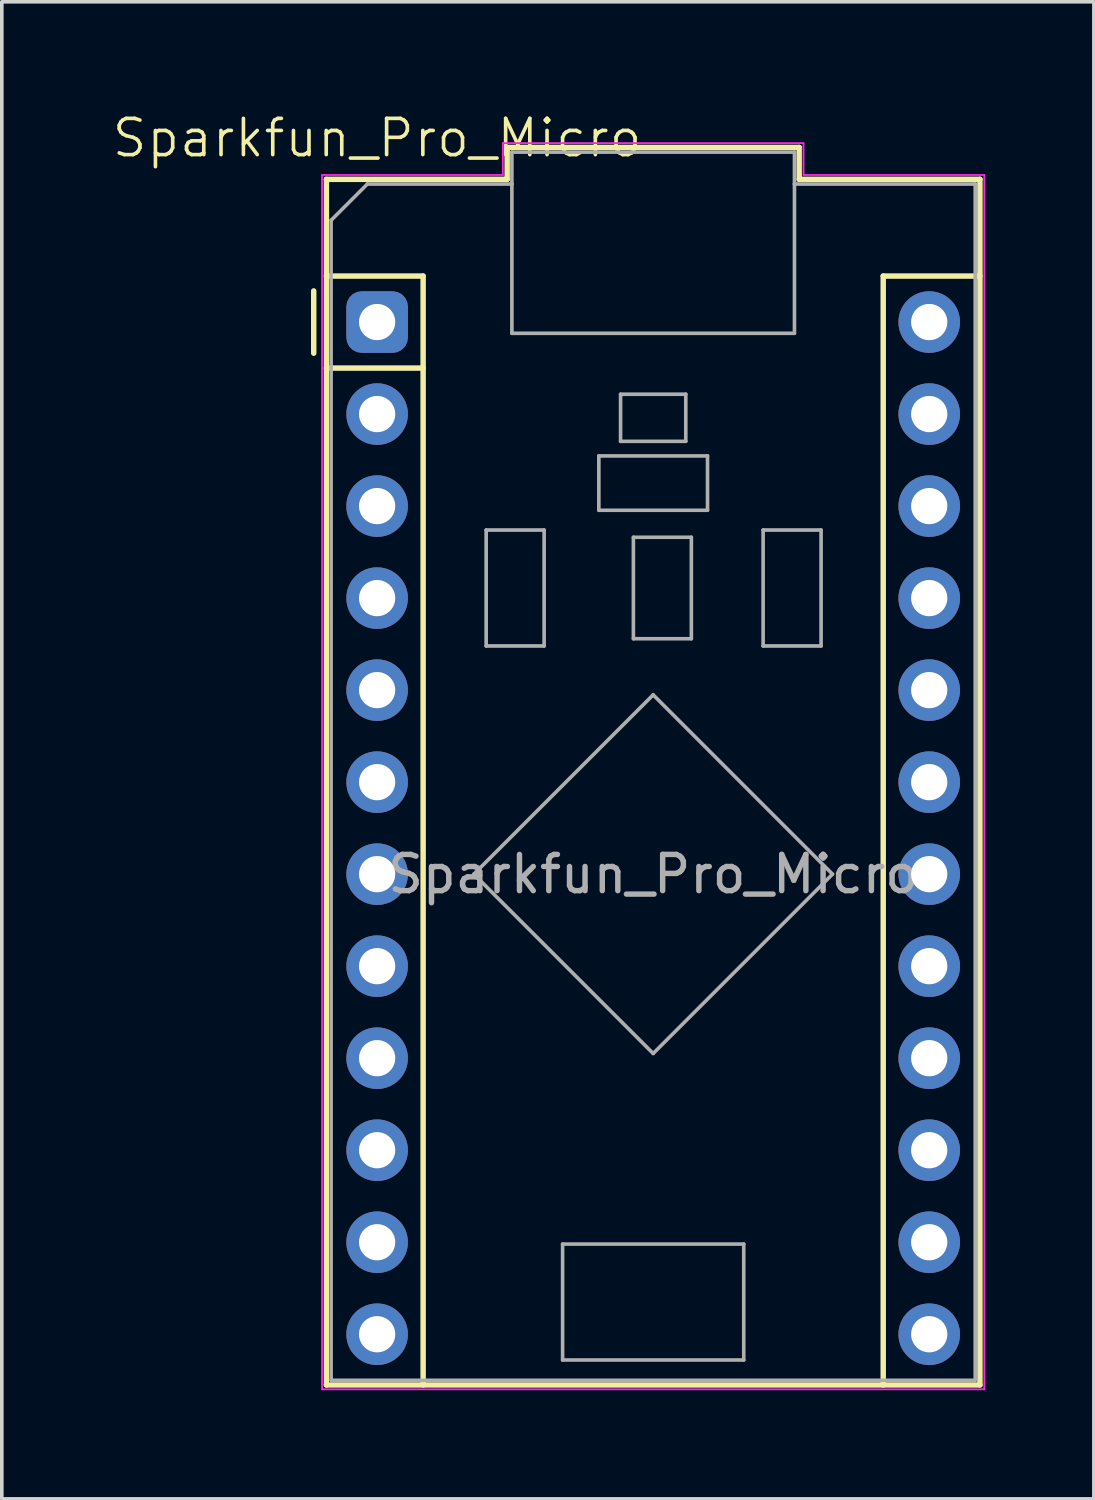
<source format=kicad_pcb>
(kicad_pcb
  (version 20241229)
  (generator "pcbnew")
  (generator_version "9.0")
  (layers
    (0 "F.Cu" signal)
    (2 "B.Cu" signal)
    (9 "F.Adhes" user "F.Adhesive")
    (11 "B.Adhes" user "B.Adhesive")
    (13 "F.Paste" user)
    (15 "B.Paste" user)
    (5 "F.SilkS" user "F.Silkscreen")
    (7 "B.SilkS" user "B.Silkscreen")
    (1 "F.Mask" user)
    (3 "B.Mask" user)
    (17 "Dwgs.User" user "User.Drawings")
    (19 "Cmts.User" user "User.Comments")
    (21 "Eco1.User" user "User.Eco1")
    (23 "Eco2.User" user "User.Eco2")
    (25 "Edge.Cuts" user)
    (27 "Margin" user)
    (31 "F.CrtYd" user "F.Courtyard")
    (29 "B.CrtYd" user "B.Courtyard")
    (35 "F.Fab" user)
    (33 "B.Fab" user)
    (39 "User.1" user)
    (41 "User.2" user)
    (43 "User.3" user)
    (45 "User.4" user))
  (footprint "Sparkfun_Pro_Micro"
    (layer "F.Cu")
    (at 7.36 5.84)
    (property "Reference" "Sparkfun_Pro_Micro" (at 0 -5.08 0) (unlocked yes) (layer "F.SilkS") (effects (font (size 1 1) (thickness 0.1))))
    (attr through_hole)
    (fp_line (start -1.75 -0.86) (end -1.75 0.86) (stroke (width 0.15) (type default)) (layer "F.SilkS"))
    (fp_line (start -1.4 -3.94) (end 3.59 -3.94) (stroke (width 0.15) (type default)) (layer "F.SilkS"))
    (fp_line (start -1.4 -1.27) (end 1.27 -1.27) (stroke (width 0.15) (type default)) (layer "F.SilkS"))
    (fp_line (start -1.4 29.34) (end -1.4 -3.94) (stroke (width 0.15) (type default)) (layer "F.SilkS"))
    (fp_line (start 1.27 -1.27) (end 1.27 29.34) (stroke (width 0.15) (type default)) (layer "F.SilkS"))
    (fp_line (start 1.27 1.27) (end -1.4 1.27) (stroke (width 0.15) (type default)) (layer "F.SilkS"))
    (fp_line (start 3.59 -4.82) (end 11.65 -4.82) (stroke (width 0.15) (type default)) (layer "F.SilkS"))
    (fp_line (start 3.59 -3.94) (end 3.59 -4.82) (stroke (width 0.15) (type default)) (layer "F.SilkS"))
    (fp_line (start 11.65 -4.82) (end 11.65 -3.94) (stroke (width 0.15) (type default)) (layer "F.SilkS"))
    (fp_line (start 11.65 -3.94) (end 16.64 -3.94) (stroke (width 0.15) (type default)) (layer "F.SilkS"))
    (fp_line (start 13.97 -1.27) (end 13.97 29.34) (stroke (width 0.15) (type default)) (layer "F.SilkS"))
    (fp_line (start 16.64 -3.94) (end 16.64 29.34) (stroke (width 0.15) (type default)) (layer "F.SilkS"))
    (fp_line (start 16.64 -1.27) (end 13.97 -1.27) (stroke (width 0.15) (type default)) (layer "F.SilkS"))
    (fp_line (start 16.64 29.34) (end -1.4 29.34) (stroke (width 0.15) (type default)) (layer "F.SilkS"))
    (fp_line (start -1.52 -4.06) (end -1.52 29.46) (stroke (width 0.05) (type default)) (layer "F.CrtYd"))
    (fp_line (start -1.52 29.46) (end 16.76 29.46) (stroke (width 0.05) (type default)) (layer "F.CrtYd"))
    (fp_line (start 3.47 -4.94) (end 3.47 -4.06) (stroke (width 0.05) (type default)) (layer "F.CrtYd"))
    (fp_line (start 3.47 -4.06) (end -1.52 -4.06) (stroke (width 0.05) (type default)) (layer "F.CrtYd"))
    (fp_line (start 11.77 -4.94) (end 3.47 -4.94) (stroke (width 0.05) (type default)) (layer "F.CrtYd"))
    (fp_line (start 11.77 -4.06) (end 11.77 -4.94) (stroke (width 0.05) (type default)) (layer "F.CrtYd"))
    (fp_line (start 16.76 -4.06) (end 11.77 -4.06) (stroke (width 0.05) (type default)) (layer "F.CrtYd"))
    (fp_line (start 16.76 29.46) (end 16.76 -4.06) (stroke (width 0.05) (type default)) (layer "F.CrtYd"))
    (fp_line (start -1.27 -2.81) (end -1.27 29.21) (stroke (width 0.1) (type default)) (layer "F.Fab"))
    (fp_line (start -0.27 -3.81) (end -1.27 -2.81) (stroke (width 0.1) (type default)) (layer "F.Fab"))
    (fp_line (start -0.27 -3.81) (end 3.72 -3.81) (stroke (width 0.1) (type default)) (layer "F.Fab"))
    (fp_line (start 2.67 15.24) (end 7.62 20.19) (stroke (width 0.1) (type default)) (layer "F.Fab"))
    (fp_line (start 3.01 5.741) (end 3.01 8.941) (stroke (width 0.1) (type default)) (layer "F.Fab"))
    (fp_line (start 3.01 8.941) (end 4.61 8.941) (stroke (width 0.1) (type default)) (layer "F.Fab"))
    (fp_line (start 3.72 -4.69) (end 11.52 -4.69) (stroke (width 0.1) (type default)) (layer "F.Fab"))
    (fp_line (start 3.72 -3.81) (end 3.72 -4.69) (stroke (width 0.1) (type default)) (layer "F.Fab"))
    (fp_line (start 3.72 -3.81) (end 3.72 0.31) (stroke (width 0.1) (type default)) (layer "F.Fab"))
    (fp_line (start 4.61 5.741) (end 3.01 5.741) (stroke (width 0.1) (type default)) (layer "F.Fab"))
    (fp_line (start 4.61 8.941) (end 4.61 5.741) (stroke (width 0.1) (type default)) (layer "F.Fab"))
    (fp_line (start 5.12 25.451) (end 10.12 25.451) (stroke (width 0.1) (type default)) (layer "F.Fab"))
    (fp_line (start 5.12 28.651) (end 5.12 25.451) (stroke (width 0.1) (type default)) (layer "F.Fab"))
    (fp_line (start 6.12 3.695) (end 6.12 5.195) (stroke (width 0.1) (type default)) (layer "F.Fab"))
    (fp_line (start 6.12 5.195) (end 9.12 5.195) (stroke (width 0.1) (type default)) (layer "F.Fab"))
    (fp_line (start 6.72 1.992) (end 6.72 3.292) (stroke (width 0.1) (type default)) (layer "F.Fab"))
    (fp_line (start 6.72 3.292) (end 8.52 3.292) (stroke (width 0.1) (type default)) (layer "F.Fab"))
    (fp_line (start 7.074 5.941) (end 8.674 5.941) (stroke (width 0.1) (type default)) (layer "F.Fab"))
    (fp_line (start 7.074 8.741) (end 7.074 5.941) (stroke (width 0.1) (type default)) (layer "F.Fab"))
    (fp_line (start 7.62 10.29) (end 2.67 15.24) (stroke (width 0.1) (type default)) (layer "F.Fab"))
    (fp_line (start 7.62 20.19) (end 12.57 15.24) (stroke (width 0.1) (type default)) (layer "F.Fab"))
    (fp_line (start 8.52 1.992) (end 6.72 1.992) (stroke (width 0.1) (type default)) (layer "F.Fab"))
    (fp_line (start 8.52 3.292) (end 8.52 1.992) (stroke (width 0.1) (type default)) (layer "F.Fab"))
    (fp_line (start 8.674 5.941) (end 8.674 8.741) (stroke (width 0.1) (type default)) (layer "F.Fab"))
    (fp_line (start 8.674 8.741) (end 7.074 8.741) (stroke (width 0.1) (type default)) (layer "F.Fab"))
    (fp_line (start 9.12 3.695) (end 6.12 3.695) (stroke (width 0.1) (type default)) (layer "F.Fab"))
    (fp_line (start 9.12 5.195) (end 9.12 3.695) (stroke (width 0.1) (type default)) (layer "F.Fab"))
    (fp_line (start 10.12 25.451) (end 10.12 28.651) (stroke (width 0.1) (type default)) (layer "F.Fab"))
    (fp_line (start 10.12 28.651) (end 5.12 28.651) (stroke (width 0.1) (type default)) (layer "F.Fab"))
    (fp_line (start 10.655 5.741) (end 10.655 8.941) (stroke (width 0.1) (type default)) (layer "F.Fab"))
    (fp_line (start 10.655 8.941) (end 12.255 8.941) (stroke (width 0.1) (type default)) (layer "F.Fab"))
    (fp_line (start 11.52 -4.69) (end 11.52 -3.81) (stroke (width 0.1) (type default)) (layer "F.Fab"))
    (fp_line (start 11.52 -3.81) (end 11.52 0.31) (stroke (width 0.1) (type default)) (layer "F.Fab"))
    (fp_line (start 11.52 -3.81) (end 16.51 -3.81) (stroke (width 0.1) (type default)) (layer "F.Fab"))
    (fp_line (start 11.52 0.31) (end 3.72 0.31) (stroke (width 0.1) (type default)) (layer "F.Fab"))
    (fp_line (start 12.255 5.741) (end 10.655 5.741) (stroke (width 0.1) (type default)) (layer "F.Fab"))
    (fp_line (start 12.255 8.941) (end 12.255 5.741) (stroke (width 0.1) (type default)) (layer "F.Fab"))
    (fp_line (start 12.57 15.24) (end 7.62 10.29) (stroke (width 0.1) (type default)) (layer "F.Fab"))
    (fp_line (start 16.51 -3.81) (end 16.51 29.21) (stroke (width 0.1) (type default)) (layer "F.Fab"))
    (fp_line (start 16.51 29.21) (end -1.27 29.21) (stroke (width 0.1) (type default)) (layer "F.Fab"))
    (fp_text user "${REFERENCE}" (at 7.62 15.24 0) (unlocked yes) (layer "F.Fab") (effects (font (size 1 1) (thickness 0.15))))
    (pad "1" thru_hole roundrect (at 0 0) (size 1.7 1.7) (drill 1) (layers "*.Cu" "*.Mask") (roundrect_rratio 0.25))
    (pad "2" thru_hole circle (at 0 2.54) (size 1.7 1.7) (drill 1) (layers "*.Cu" "*.Mask"))
    (pad "3" thru_hole circle (at 0 5.08) (size 1.7 1.7) (drill 1) (layers "*.Cu" "*.Mask"))
    (pad "4" thru_hole circle (at 0 7.62) (size 1.7 1.7) (drill 1) (layers "*.Cu" "*.Mask"))
    (pad "5" thru_hole circle (at 0 10.16) (size 1.7 1.7) (drill 1) (layers "*.Cu" "*.Mask"))
    (pad "6" thru_hole circle (at 0 12.7) (size 1.7 1.7) (drill 1) (layers "*.Cu" "*.Mask"))
    (pad "7" thru_hole circle (at 0 15.24) (size 1.7 1.7) (drill 1) (layers "*.Cu" "*.Mask"))
    (pad "8" thru_hole circle (at 0 17.78) (size 1.7 1.7) (drill 1) (layers "*.Cu" "*.Mask"))
    (pad "9" thru_hole circle (at 0 20.32) (size 1.7 1.7) (drill 1) (layers "*.Cu" "*.Mask"))
    (pad "10" thru_hole circle (at 0 22.86) (size 1.7 1.7) (drill 1) (layers "*.Cu" "*.Mask"))
    (pad "11" thru_hole circle (at 0 25.4) (size 1.7 1.7) (drill 1) (layers "*.Cu" "*.Mask"))
    (pad "12" thru_hole circle (at 0 27.94) (size 1.7 1.7) (drill 1) (layers "*.Cu" "*.Mask"))
    (pad "13" thru_hole circle (at 15.24 27.94) (size 1.7 1.7) (drill 1) (layers "*.Cu" "*.Mask"))
    (pad "14" thru_hole circle (at 15.24 25.4) (size 1.7 1.7) (drill 1) (layers "*.Cu" "*.Mask"))
    (pad "15" thru_hole circle (at 15.24 22.86) (size 1.7 1.7) (drill 1) (layers "*.Cu" "*.Mask"))
    (pad "16" thru_hole circle (at 15.24 20.32) (size 1.7 1.7) (drill 1) (layers "*.Cu" "*.Mask"))
    (pad "17" thru_hole circle (at 15.24 17.78) (size 1.7 1.7) (drill 1) (layers "*.Cu" "*.Mask"))
    (pad "18" thru_hole circle (at 15.24 15.24) (size 1.7 1.7) (drill 1) (layers "*.Cu" "*.Mask"))
    (pad "19" thru_hole circle (at 15.24 12.7) (size 1.7 1.7) (drill 1) (layers "*.Cu" "*.Mask"))
    (pad "20" thru_hole circle (at 15.24 10.16) (size 1.7 1.7) (drill 1) (layers "*.Cu" "*.Mask"))
    (pad "21" thru_hole circle (at 15.24 7.62) (size 1.7 1.7) (drill 1) (layers "*.Cu" "*.Mask"))
    (pad "22" thru_hole circle (at 15.24 5.08) (size 1.7 1.7) (drill 1) (layers "*.Cu" "*.Mask"))
    (pad "23" thru_hole circle (at 15.24 2.54) (size 1.7 1.7) (drill 1) (layers "*.Cu" "*.Mask"))
    (pad "24" thru_hole circle (at 15.24 0) (size 1.7 1.7) (drill 1) (layers "*.Cu" "*.Mask")))
  (gr_rect
    (start -3 -3)
    (end 27.145 38.325)
    (stroke (width 0.1) (type default))
    (fill no)
    (layer "Edge.Cuts")))
</source>
